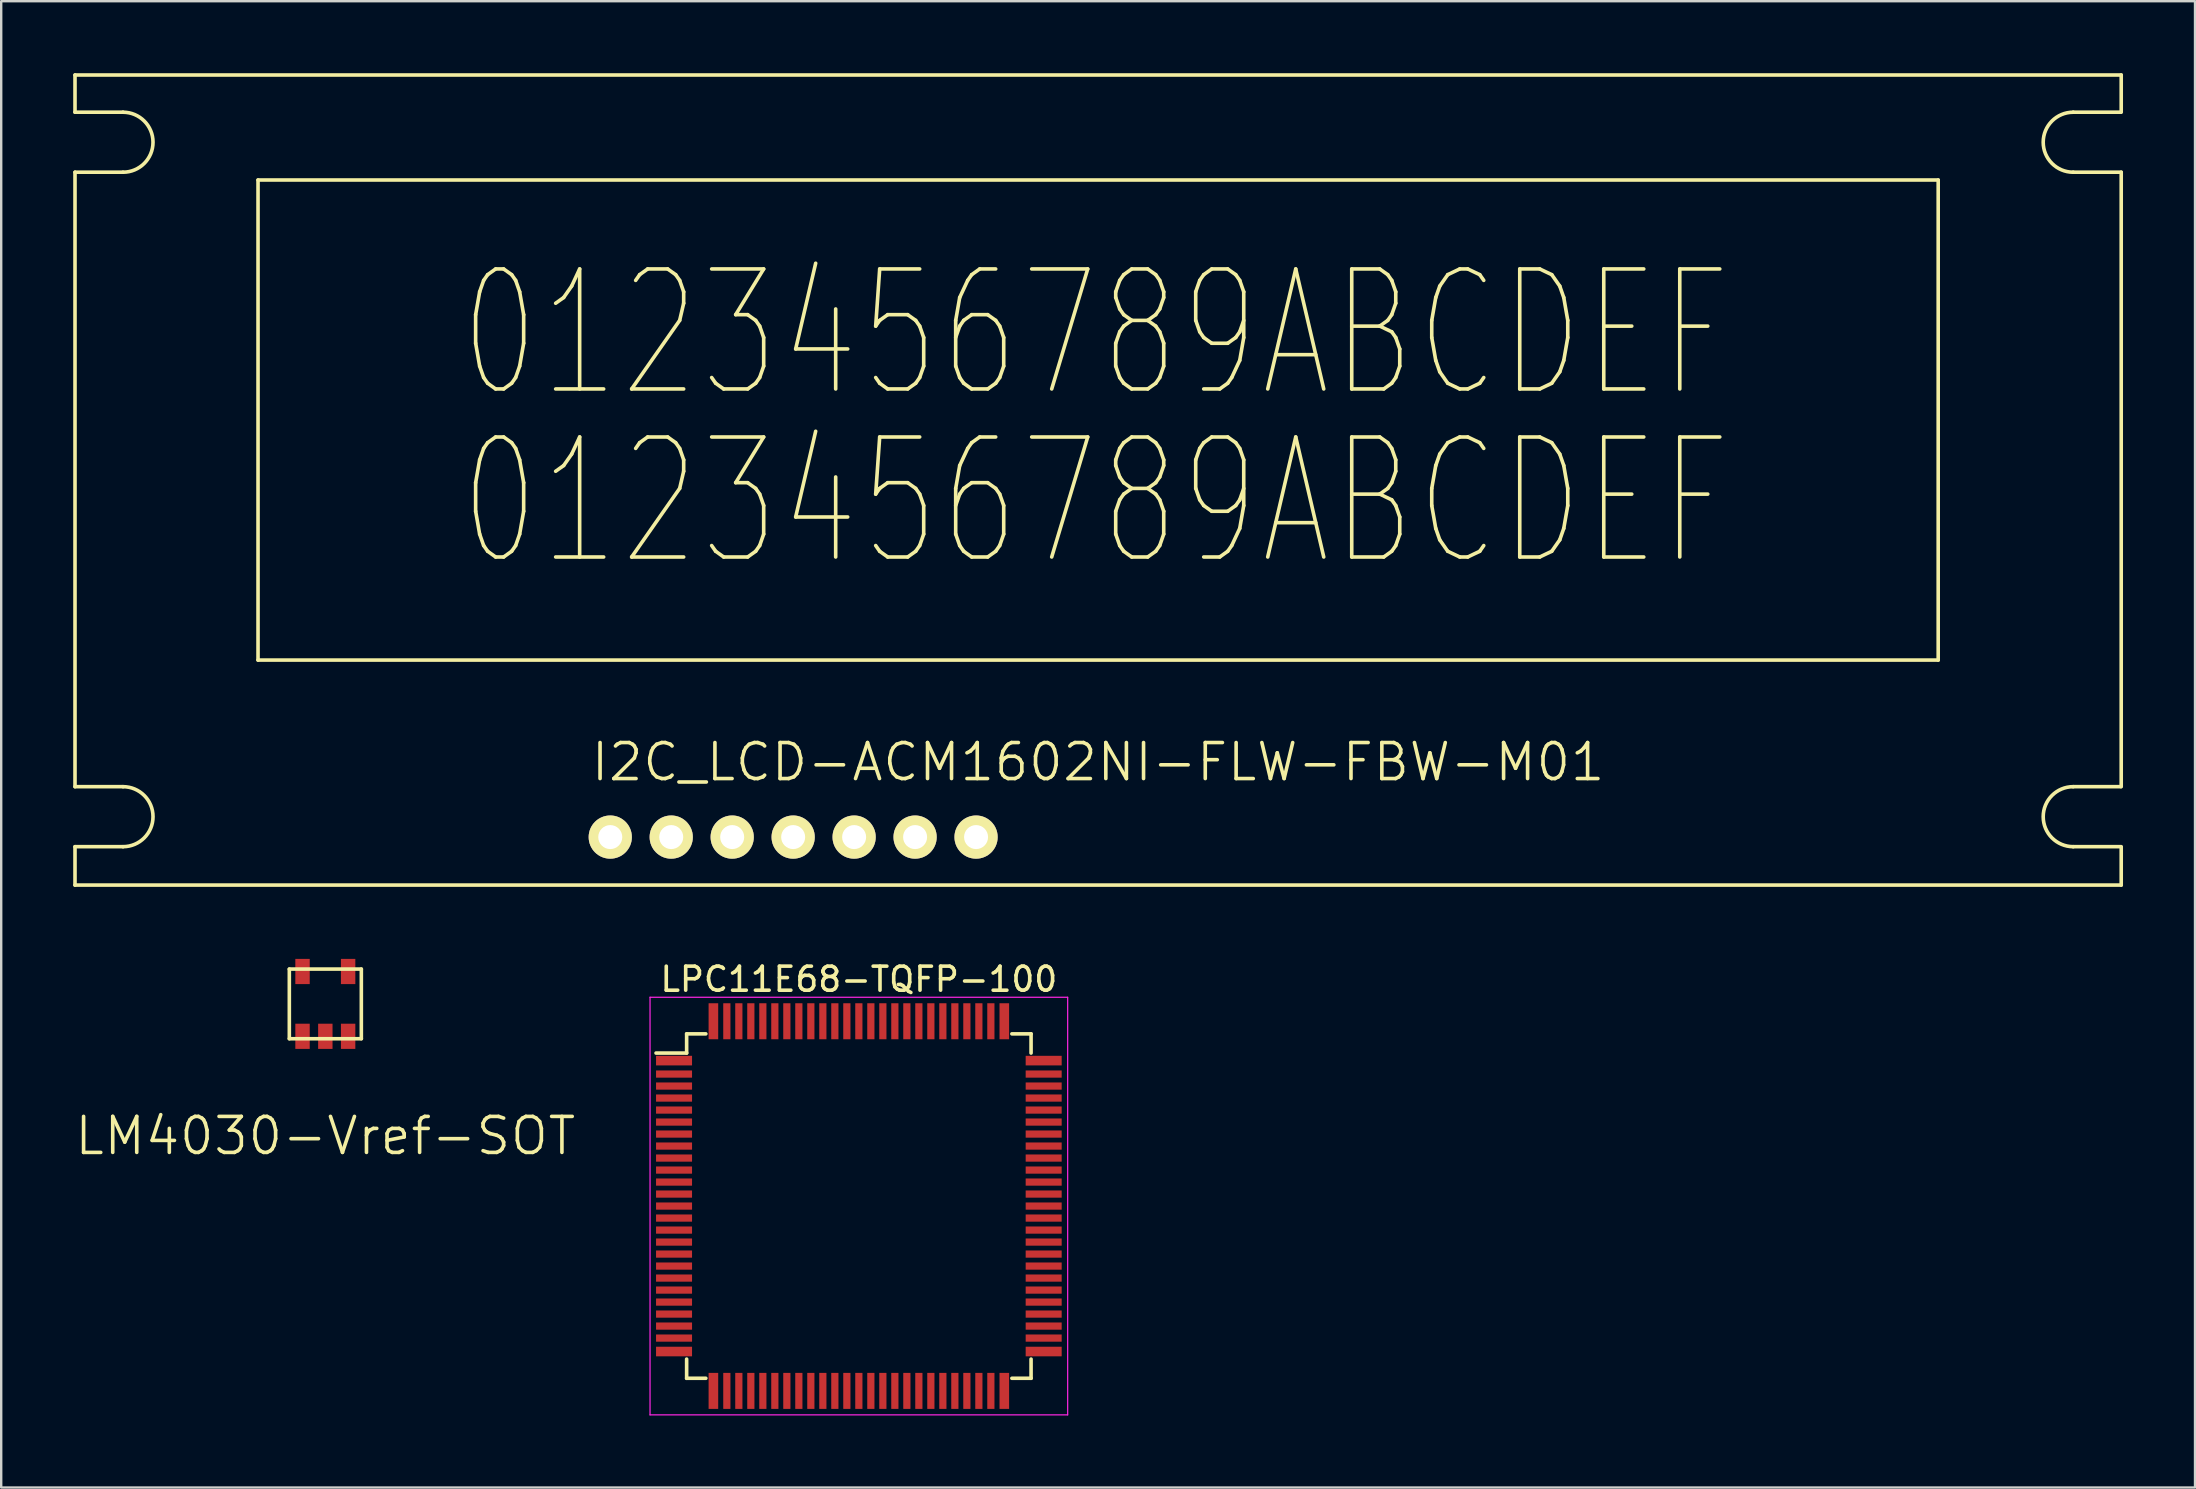
<source format=kicad_pcb>
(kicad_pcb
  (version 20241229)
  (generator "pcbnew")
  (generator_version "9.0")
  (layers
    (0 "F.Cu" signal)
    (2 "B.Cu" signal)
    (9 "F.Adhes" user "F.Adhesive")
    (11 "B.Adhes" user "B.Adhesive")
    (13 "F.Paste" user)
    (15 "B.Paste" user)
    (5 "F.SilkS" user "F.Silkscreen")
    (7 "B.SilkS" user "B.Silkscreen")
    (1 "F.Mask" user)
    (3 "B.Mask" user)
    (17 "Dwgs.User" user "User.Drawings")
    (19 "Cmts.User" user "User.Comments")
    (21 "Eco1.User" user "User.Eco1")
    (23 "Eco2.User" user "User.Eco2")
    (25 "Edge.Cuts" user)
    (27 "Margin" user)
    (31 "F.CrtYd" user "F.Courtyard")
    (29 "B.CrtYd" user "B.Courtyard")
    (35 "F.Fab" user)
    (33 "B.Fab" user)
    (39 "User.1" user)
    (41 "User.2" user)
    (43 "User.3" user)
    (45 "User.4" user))
  (footprint "I2C_LCD-ACM1602NI-FLW-FBW-M01"
    (layer "F.Cu")
    (at 42.7 16.95)
    (property "Reference" "I2C_LCD-ACM1602NI-FLW-FBW-M01" (at 0 11.75 0) (layer "F.SilkS") (effects (font (size 1.5 1.5) (thickness 0.15))))
    (attr through_hole)
    (fp_line (start -42.625 -16.875) (end -42.625 -15.325) (stroke (width 0.15) (type solid)) (layer "F.SilkS"))
    (fp_line (start -42.625 -16.875) (end 42.625 -16.875) (stroke (width 0.15) (type solid)) (layer "F.SilkS"))
    (fp_line (start -42.625 -12.825) (end -42.625 12.775) (stroke (width 0.15) (type solid)) (layer "F.SilkS"))
    (fp_line (start -42.625 15.275) (end -40.625 15.275) (stroke (width 0.15) (type solid)) (layer "F.SilkS"))
    (fp_line (start -42.625 16.875) (end -42.625 15.275) (stroke (width 0.15) (type solid)) (layer "F.SilkS"))
    (fp_line (start -42.625 16.875) (end 42.625 16.875) (stroke (width 0.15) (type solid)) (layer "F.SilkS"))
    (fp_line (start -40.625 -15.325) (end -42.625 -15.325) (stroke (width 0.15) (type solid)) (layer "F.SilkS"))
    (fp_line (start -40.625 -12.825) (end -42.625 -12.825) (stroke (width 0.15) (type solid)) (layer "F.SilkS"))
    (fp_line (start -40.625 12.775) (end -42.625 12.775) (stroke (width 0.15) (type solid)) (layer "F.SilkS"))
    (fp_line (start -35 -12.5) (end 35 -12.5) (stroke (width 0.15) (type solid)) (layer "F.SilkS"))
    (fp_line (start -35 7.5) (end -35 -12.5) (stroke (width 0.15) (type solid)) (layer "F.SilkS"))
    (fp_line (start 35 -12.5) (end 35 7.5) (stroke (width 0.15) (type solid)) (layer "F.SilkS"))
    (fp_line (start 35 7.5) (end -35 7.5) (stroke (width 0.15) (type solid)) (layer "F.SilkS"))
    (fp_line (start 40.625 -15.325) (end 42.6 -15.325) (stroke (width 0.15) (type solid)) (layer "F.SilkS"))
    (fp_line (start 40.625 -12.825) (end 42.625 -12.825) (stroke (width 0.15) (type solid)) (layer "F.SilkS"))
    (fp_line (start 40.625 12.775) (end 42.6 12.775) (stroke (width 0.15) (type solid)) (layer "F.SilkS"))
    (fp_line (start 40.625 15.275) (end 42.625 15.275) (stroke (width 0.15) (type solid)) (layer "F.SilkS"))
    (fp_line (start 42.625 -15.325) (end 42.625 -16.875) (stroke (width 0.15) (type solid)) (layer "F.SilkS"))
    (fp_line (start 42.625 -12.825) (end 42.625 12.775) (stroke (width 0.15) (type solid)) (layer "F.SilkS"))
    (fp_line (start 42.625 16.875) (end 42.625 15.3) (stroke (width 0.15) (type solid)) (layer "F.SilkS"))
    (fp_arc (start -40.625 -15.325) (mid -39.375 -14.075) (end -40.625 -12.825) (stroke (width 0.15) (type solid)) (layer "F.SilkS"))
    (fp_arc (start -40.625 12.775) (mid -39.375 14.025) (end -40.625 15.275) (stroke (width 0.15) (type solid)) (layer "F.SilkS"))
    (fp_arc (start 40.625 -12.825) (mid 39.375 -14.075) (end 40.625 -15.325) (stroke (width 0.15) (type solid)) (layer "F.SilkS"))
    (fp_arc (start 40.625 15.275) (mid 39.375 14.025) (end 40.625 12.775) (stroke (width 0.15) (type solid)) (layer "F.SilkS"))
    (fp_text user "0123456789ABCDEF" (at -0.1 0.9 0) (layer "F.SilkS") (effects (font (size 5 3.5) (thickness 0.15))))
    (fp_text user "0123456789ABCDEF" (at -0.1 -6.1 0) (layer "F.SilkS") (effects (font (size 5 3.5) (thickness 0.15))))
    (pad "1" thru_hole circle (at -20.325 14.875) (size 1.8 1.8) (drill 1) (layers "*.Cu" "*.Mask" "F.SilkS"))
    (pad "2" thru_hole circle (at -17.785 14.875) (size 1.8 1.8) (drill 1) (layers "*.Cu" "*.Mask" "F.SilkS"))
    (pad "3" thru_hole circle (at -15.245 14.875) (size 1.8 1.8) (drill 1) (layers "*.Cu" "*.Mask" "F.SilkS"))
    (pad "4" thru_hole circle (at -12.705 14.875) (size 1.8 1.8) (drill 1) (layers "*.Cu" "*.Mask" "F.SilkS"))
    (pad "5" thru_hole circle (at -10.165 14.875) (size 1.8 1.8) (drill 1) (layers "*.Cu" "*.Mask" "F.SilkS"))
    (pad "6" thru_hole circle (at -7.625 14.875) (size 1.8 1.8) (drill 1) (layers "*.Cu" "*.Mask" "F.SilkS"))
    (pad "7" thru_hole circle (at -5.085 14.875) (size 1.8 1.8) (drill 1) (layers "*.Cu" "*.Mask" "F.SilkS")))
  (footprint "LM4030-Vref-SOT"
    (layer "F.Cu")
    (at 10.504 38.775)
    (property "Reference" "LM4030-Vref-SOT" (at 0 5.5 0) (layer "F.SilkS") (effects (font (size 1.5 1.5) (thickness 0.15))))
    (attr through_hole)
    (fp_line (start -1.5 -1.45) (end 1.5 -1.45) (stroke (width 0.15) (type solid)) (layer "F.SilkS"))
    (fp_line (start -1.5 1.45) (end -1.5 -1.45) (stroke (width 0.15) (type solid)) (layer "F.SilkS"))
    (fp_line (start -1.5 1.45) (end 1.5 1.45) (stroke (width 0.15) (type solid)) (layer "F.SilkS"))
    (fp_line (start 1.5 1.45) (end 1.5 -1.45) (stroke (width 0.15) (type solid)) (layer "F.SilkS"))
    (pad "1" smd rect (at -0.95 1.35) (size 0.6 1.05) (layers "F.Cu" "F.Mask" "F.Paste"))
    (pad "2" smd rect (at 0 1.35) (size 0.6 1.05) (layers "F.Cu" "F.Mask" "F.Paste"))
    (pad "3" smd rect (at 0.95 1.35) (size 0.6 1.05) (layers "F.Cu" "F.Mask" "F.Paste"))
    (pad "4" smd rect (at 0.95 -1.35) (size 0.6 1.05) (layers "F.Cu" "F.Mask" "F.Paste"))
    (pad "5" smd rect (at -0.95 -1.35) (size 0.6 1.05) (layers "F.Cu" "F.Mask" "F.Paste")))
  (footprint "LPC11E68-TQFP-100"
    (layer "F.Cu")
    (at 32.732 47.198)
    (property "Reference" "LPC11E68-TQFP-100" (at 0 -9.45 0) (layer "F.SilkS") (effects (font (size 1 1) (thickness 0.15))))
    (attr smd)
    (fp_line (start -7.175 -7.175) (end -7.175 -6.375) (stroke (width 0.15) (type solid)) (layer "F.SilkS"))
    (fp_line (start -7.175 -7.175) (end -6.375 -7.175) (stroke (width 0.15) (type solid)) (layer "F.SilkS"))
    (fp_line (start -7.175 -6.375) (end -8.45 -6.375) (stroke (width 0.15) (type solid)) (layer "F.SilkS"))
    (fp_line (start -7.175 7.175) (end -7.175 6.375) (stroke (width 0.15) (type solid)) (layer "F.SilkS"))
    (fp_line (start -7.175 7.175) (end -6.375 7.175) (stroke (width 0.15) (type solid)) (layer "F.SilkS"))
    (fp_line (start 7.175 -7.175) (end 6.375 -7.175) (stroke (width 0.15) (type solid)) (layer "F.SilkS"))
    (fp_line (start 7.175 -7.175) (end 7.175 -6.375) (stroke (width 0.15) (type solid)) (layer "F.SilkS"))
    (fp_line (start 7.175 7.175) (end 6.375 7.175) (stroke (width 0.15) (type solid)) (layer "F.SilkS"))
    (fp_line (start 7.175 7.175) (end 7.175 6.375) (stroke (width 0.15) (type solid)) (layer "F.SilkS"))
    (fp_line (start -8.7 -8.7) (end -8.7 8.7) (stroke (width 0.05) (type solid)) (layer "F.CrtYd"))
    (fp_line (start -8.7 -8.7) (end 8.7 -8.7) (stroke (width 0.05) (type solid)) (layer "F.CrtYd"))
    (fp_line (start -8.7 8.7) (end 8.7 8.7) (stroke (width 0.05) (type solid)) (layer "F.CrtYd"))
    (fp_line (start 8.7 -8.7) (end 8.7 8.7) (stroke (width 0.05) (type solid)) (layer "F.CrtYd"))
    (pad "1" smd rect (at -7.7 -6.06) (size 1.5 0.4) (layers "F.Cu" "F.Mask" "F.Paste"))
    (pad "2" smd rect (at -7.7 -5.5) (size 1.5 0.3) (layers "F.Cu" "F.Mask" "F.Paste"))
    (pad "3" smd rect (at -7.7 -5) (size 1.5 0.3) (layers "F.Cu" "F.Mask" "F.Paste"))
    (pad "4" smd rect (at -7.7 -4.5) (size 1.5 0.3) (layers "F.Cu" "F.Mask" "F.Paste"))
    (pad "5" smd rect (at -7.7 -4) (size 1.5 0.3) (layers "F.Cu" "F.Mask" "F.Paste"))
    (pad "6" smd rect (at -7.7 -3.5) (size 1.5 0.3) (layers "F.Cu" "F.Mask" "F.Paste"))
    (pad "7" smd rect (at -7.7 -3) (size 1.5 0.3) (layers "F.Cu" "F.Mask" "F.Paste"))
    (pad "8" smd rect (at -7.7 -2.5) (size 1.5 0.3) (layers "F.Cu" "F.Mask" "F.Paste"))
    (pad "9" smd rect (at -7.7 -2) (size 1.5 0.3) (layers "F.Cu" "F.Mask" "F.Paste"))
    (pad "10" smd rect (at -7.7 -1.5) (size 1.5 0.3) (layers "F.Cu" "F.Mask" "F.Paste"))
    (pad "11" smd rect (at -7.7 -1) (size 1.5 0.3) (layers "F.Cu" "F.Mask" "F.Paste"))
    (pad "12" smd rect (at -7.7 -0.5) (size 1.5 0.3) (layers "F.Cu" "F.Mask" "F.Paste"))
    (pad "13" smd rect (at -7.7 0) (size 1.5 0.3) (layers "F.Cu" "F.Mask" "F.Paste"))
    (pad "14" smd rect (at -7.7 0.5) (size 1.5 0.3) (layers "F.Cu" "F.Mask" "F.Paste"))
    (pad "15" smd rect (at -7.7 1) (size 1.5 0.3) (layers "F.Cu" "F.Mask" "F.Paste"))
    (pad "16" smd rect (at -7.7 1.5) (size 1.5 0.3) (layers "F.Cu" "F.Mask" "F.Paste"))
    (pad "17" smd rect (at -7.7 2) (size 1.5 0.3) (layers "F.Cu" "F.Mask" "F.Paste"))
    (pad "18" smd rect (at -7.7 2.5) (size 1.5 0.3) (layers "F.Cu" "F.Mask" "F.Paste"))
    (pad "19" smd rect (at -7.7 3) (size 1.5 0.3) (layers "F.Cu" "F.Mask" "F.Paste"))
    (pad "20" smd rect (at -7.7 3.5) (size 1.5 0.3) (layers "F.Cu" "F.Mask" "F.Paste"))
    (pad "21" smd rect (at -7.7 4) (size 1.5 0.3) (layers "F.Cu" "F.Mask" "F.Paste"))
    (pad "22" smd rect (at -7.7 4.5) (size 1.5 0.3) (layers "F.Cu" "F.Mask" "F.Paste"))
    (pad "23" smd rect (at -7.7 5) (size 1.5 0.3) (layers "F.Cu" "F.Mask" "F.Paste"))
    (pad "24" smd rect (at -7.7 5.5) (size 1.5 0.3) (layers "F.Cu" "F.Mask" "F.Paste"))
    (pad "25" smd rect (at -7.7 6.06) (size 1.5 0.4) (layers "F.Cu" "F.Mask" "F.Paste"))
    (pad "26" smd rect (at -6.06 7.7 90) (size 1.5 0.4) (layers "F.Cu" "F.Mask" "F.Paste"))
    (pad "27" smd rect (at -5.5 7.7 90) (size 1.5 0.3) (layers "F.Cu" "F.Mask" "F.Paste"))
    (pad "28" smd rect (at -5 7.7 90) (size 1.5 0.3) (layers "F.Cu" "F.Mask" "F.Paste"))
    (pad "29" smd rect (at -4.5 7.7 90) (size 1.5 0.3) (layers "F.Cu" "F.Mask" "F.Paste"))
    (pad "30" smd rect (at -4 7.7 90) (size 1.5 0.3) (layers "F.Cu" "F.Mask" "F.Paste"))
    (pad "31" smd rect (at -3.5 7.7 90) (size 1.5 0.3) (layers "F.Cu" "F.Mask" "F.Paste"))
    (pad "32" smd rect (at -3 7.7 90) (size 1.5 0.3) (layers "F.Cu" "F.Mask" "F.Paste"))
    (pad "33" smd rect (at -2.5 7.7 90) (size 1.5 0.3) (layers "F.Cu" "F.Mask" "F.Paste"))
    (pad "34" smd rect (at -2 7.7 90) (size 1.5 0.3) (layers "F.Cu" "F.Mask" "F.Paste"))
    (pad "35" smd rect (at -1.5 7.7 90) (size 1.5 0.3) (layers "F.Cu" "F.Mask" "F.Paste"))
    (pad "36" smd rect (at -1 7.7 90) (size 1.5 0.3) (layers "F.Cu" "F.Mask" "F.Paste"))
    (pad "37" smd rect (at -0.5 7.7 90) (size 1.5 0.3) (layers "F.Cu" "F.Mask" "F.Paste"))
    (pad "38" smd rect (at 0 7.7 90) (size 1.5 0.3) (layers "F.Cu" "F.Mask" "F.Paste"))
    (pad "39" smd rect (at 0.5 7.7 90) (size 1.5 0.3) (layers "F.Cu" "F.Mask" "F.Paste"))
    (pad "40" smd rect (at 1 7.7 90) (size 1.5 0.3) (layers "F.Cu" "F.Mask" "F.Paste"))
    (pad "41" smd rect (at 1.5 7.7 90) (size 1.5 0.3) (layers "F.Cu" "F.Mask" "F.Paste"))
    (pad "42" smd rect (at 2 7.7 90) (size 1.5 0.3) (layers "F.Cu" "F.Mask" "F.Paste"))
    (pad "43" smd rect (at 2.5 7.7 90) (size 1.5 0.3) (layers "F.Cu" "F.Mask" "F.Paste"))
    (pad "44" smd rect (at 3 7.7 90) (size 1.5 0.3) (layers "F.Cu" "F.Mask" "F.Paste"))
    (pad "45" smd rect (at 3.5 7.7 90) (size 1.5 0.3) (layers "F.Cu" "F.Mask" "F.Paste"))
    (pad "46" smd rect (at 4 7.7 90) (size 1.5 0.3) (layers "F.Cu" "F.Mask" "F.Paste"))
    (pad "47" smd rect (at 4.5 7.7 90) (size 1.5 0.3) (layers "F.Cu" "F.Mask" "F.Paste"))
    (pad "48" smd rect (at 5 7.7 90) (size 1.5 0.3) (layers "F.Cu" "F.Mask" "F.Paste"))
    (pad "49" smd rect (at 5.5 7.7 90) (size 1.5 0.3) (layers "F.Cu" "F.Mask" "F.Paste"))
    (pad "50" smd rect (at 6.06 7.7 90) (size 1.5 0.4) (layers "F.Cu" "F.Mask" "F.Paste"))
    (pad "51" smd rect (at 7.7 6.06) (size 1.5 0.4) (layers "F.Cu" "F.Mask" "F.Paste"))
    (pad "52" smd rect (at 7.7 5.5) (size 1.5 0.3) (layers "F.Cu" "F.Mask" "F.Paste"))
    (pad "53" smd rect (at 7.7 5) (size 1.5 0.3) (layers "F.Cu" "F.Mask" "F.Paste"))
    (pad "54" smd rect (at 7.7 4.5) (size 1.5 0.3) (layers "F.Cu" "F.Mask" "F.Paste"))
    (pad "55" smd rect (at 7.7 4) (size 1.5 0.3) (layers "F.Cu" "F.Mask" "F.Paste"))
    (pad "56" smd rect (at 7.7 3.5) (size 1.5 0.3) (layers "F.Cu" "F.Mask" "F.Paste"))
    (pad "57" smd rect (at 7.7 3) (size 1.5 0.3) (layers "F.Cu" "F.Mask" "F.Paste"))
    (pad "58" smd rect (at 7.7 2.5) (size 1.5 0.3) (layers "F.Cu" "F.Mask" "F.Paste"))
    (pad "59" smd rect (at 7.7 2) (size 1.5 0.3) (layers "F.Cu" "F.Mask" "F.Paste"))
    (pad "60" smd rect (at 7.7 1.5) (size 1.5 0.3) (layers "F.Cu" "F.Mask" "F.Paste"))
    (pad "61" smd rect (at 7.7 1) (size 1.5 0.3) (layers "F.Cu" "F.Mask" "F.Paste"))
    (pad "62" smd rect (at 7.7 0.5) (size 1.5 0.3) (layers "F.Cu" "F.Mask" "F.Paste"))
    (pad "63" smd rect (at 7.7 0) (size 1.5 0.3) (layers "F.Cu" "F.Mask" "F.Paste"))
    (pad "64" smd rect (at 7.7 -0.5) (size 1.5 0.3) (layers "F.Cu" "F.Mask" "F.Paste"))
    (pad "65" smd rect (at 7.7 -1) (size 1.5 0.3) (layers "F.Cu" "F.Mask" "F.Paste"))
    (pad "66" smd rect (at 7.7 -1.5) (size 1.5 0.3) (layers "F.Cu" "F.Mask" "F.Paste"))
    (pad "67" smd rect (at 7.7 -2) (size 1.5 0.3) (layers "F.Cu" "F.Mask" "F.Paste"))
    (pad "68" smd rect (at 7.7 -2.5) (size 1.5 0.3) (layers "F.Cu" "F.Mask" "F.Paste"))
    (pad "69" smd rect (at 7.7 -3) (size 1.5 0.3) (layers "F.Cu" "F.Mask" "F.Paste"))
    (pad "70" smd rect (at 7.7 -3.5) (size 1.5 0.3) (layers "F.Cu" "F.Mask" "F.Paste"))
    (pad "71" smd rect (at 7.7 -4) (size 1.5 0.3) (layers "F.Cu" "F.Mask" "F.Paste"))
    (pad "72" smd rect (at 7.7 -4.5) (size 1.5 0.3) (layers "F.Cu" "F.Mask" "F.Paste"))
    (pad "73" smd rect (at 7.7 -5) (size 1.5 0.3) (layers "F.Cu" "F.Mask" "F.Paste"))
    (pad "74" smd rect (at 7.7 -5.5) (size 1.5 0.3) (layers "F.Cu" "F.Mask" "F.Paste"))
    (pad "75" smd rect (at 7.7 -6.06) (size 1.5 0.4) (layers "F.Cu" "F.Mask" "F.Paste"))
    (pad "76" smd rect (at 6.06 -7.7 90) (size 1.5 0.4) (layers "F.Cu" "F.Mask" "F.Paste"))
    (pad "77" smd rect (at 5.5 -7.7 90) (size 1.5 0.3) (layers "F.Cu" "F.Mask" "F.Paste"))
    (pad "78" smd rect (at 5 -7.7 90) (size 1.5 0.3) (layers "F.Cu" "F.Mask" "F.Paste"))
    (pad "79" smd rect (at 4.5 -7.7 90) (size 1.5 0.3) (layers "F.Cu" "F.Mask" "F.Paste"))
    (pad "80" smd rect (at 4 -7.7 90) (size 1.5 0.3) (layers "F.Cu" "F.Mask" "F.Paste"))
    (pad "81" smd rect (at 3.5 -7.7 90) (size 1.5 0.3) (layers "F.Cu" "F.Mask" "F.Paste"))
    (pad "82" smd rect (at 3 -7.7 90) (size 1.5 0.3) (layers "F.Cu" "F.Mask" "F.Paste"))
    (pad "83" smd rect (at 2.5 -7.7 90) (size 1.5 0.3) (layers "F.Cu" "F.Mask" "F.Paste"))
    (pad "84" smd rect (at 2 -7.7 90) (size 1.5 0.3) (layers "F.Cu" "F.Mask" "F.Paste"))
    (pad "85" smd rect (at 1.5 -7.7 90) (size 1.5 0.3) (layers "F.Cu" "F.Mask" "F.Paste"))
    (pad "86" smd rect (at 1 -7.7 90) (size 1.5 0.3) (layers "F.Cu" "F.Mask" "F.Paste"))
    (pad "87" smd rect (at 0.5 -7.7 90) (size 1.5 0.3) (layers "F.Cu" "F.Mask" "F.Paste"))
    (pad "88" smd rect (at 0 -7.7 90) (size 1.5 0.3) (layers "F.Cu" "F.Mask" "F.Paste"))
    (pad "89" smd rect (at -0.5 -7.7 90) (size 1.5 0.3) (layers "F.Cu" "F.Mask" "F.Paste"))
    (pad "90" smd rect (at -1 -7.7 90) (size 1.5 0.3) (layers "F.Cu" "F.Mask" "F.Paste"))
    (pad "91" smd rect (at -1.5 -7.7 90) (size 1.5 0.3) (layers "F.Cu" "F.Mask" "F.Paste"))
    (pad "92" smd rect (at -2 -7.7 90) (size 1.5 0.3) (layers "F.Cu" "F.Mask" "F.Paste"))
    (pad "93" smd rect (at -2.5 -7.7 90) (size 1.5 0.3) (layers "F.Cu" "F.Mask" "F.Paste"))
    (pad "94" smd rect (at -3 -7.7 90) (size 1.5 0.3) (layers "F.Cu" "F.Mask" "F.Paste"))
    (pad "95" smd rect (at -3.5 -7.7 90) (size 1.5 0.3) (layers "F.Cu" "F.Mask" "F.Paste"))
    (pad "96" smd rect (at -4 -7.7 90) (size 1.5 0.3) (layers "F.Cu" "F.Mask" "F.Paste"))
    (pad "97" smd rect (at -4.5 -7.7 90) (size 1.5 0.3) (layers "F.Cu" "F.Mask" "F.Paste"))
    (pad "98" smd rect (at -5 -7.7 90) (size 1.5 0.3) (layers "F.Cu" "F.Mask" "F.Paste"))
    (pad "99" smd rect (at -5.5 -7.7 90) (size 1.5 0.3) (layers "F.Cu" "F.Mask" "F.Paste"))
    (pad "100" smd rect (at -6.06 -7.7 90) (size 1.5 0.4) (layers "F.Cu" "F.Mask" "F.Paste")))
  (gr_rect
    (start -3 -3)
    (end 88.4 58.923)
    (stroke (width 0.1) (type default))
    (fill no)
    (layer "Edge.Cuts")))
</source>
